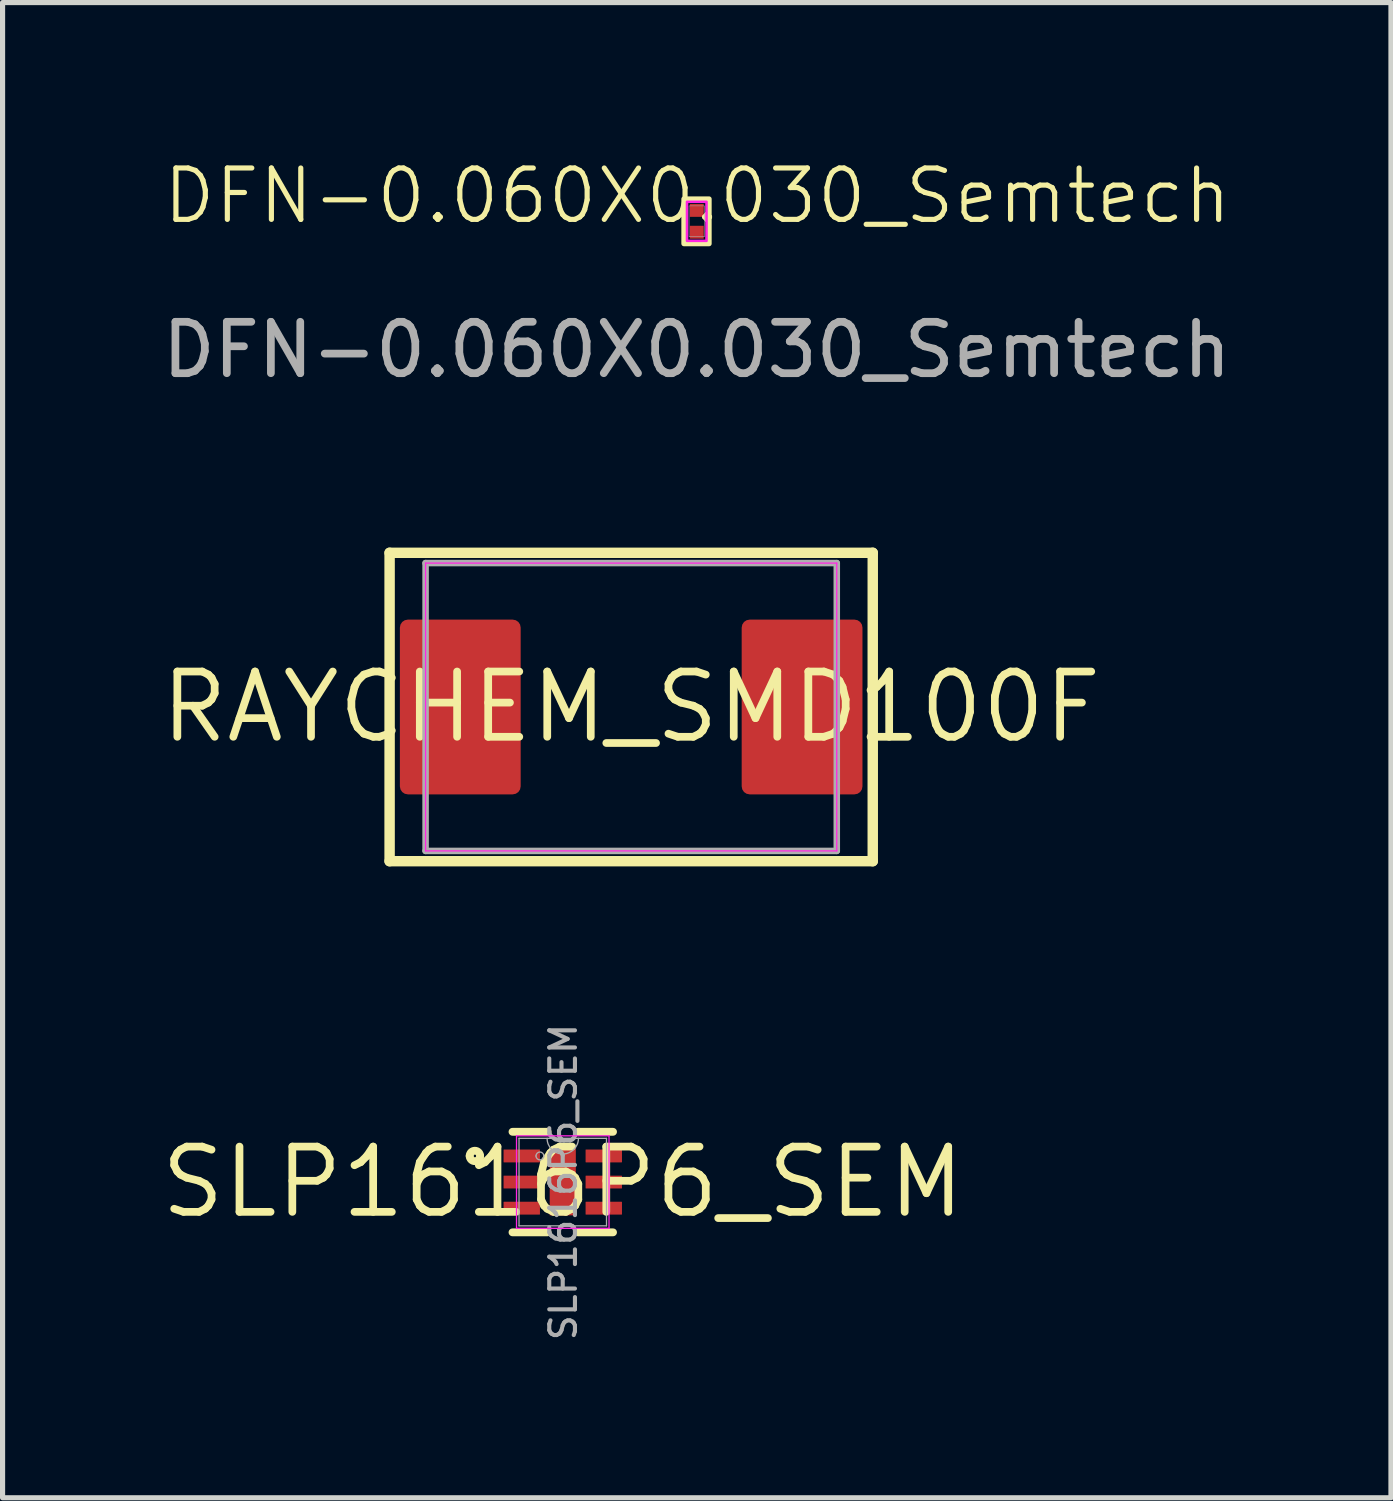
<source format=kicad_pcb>
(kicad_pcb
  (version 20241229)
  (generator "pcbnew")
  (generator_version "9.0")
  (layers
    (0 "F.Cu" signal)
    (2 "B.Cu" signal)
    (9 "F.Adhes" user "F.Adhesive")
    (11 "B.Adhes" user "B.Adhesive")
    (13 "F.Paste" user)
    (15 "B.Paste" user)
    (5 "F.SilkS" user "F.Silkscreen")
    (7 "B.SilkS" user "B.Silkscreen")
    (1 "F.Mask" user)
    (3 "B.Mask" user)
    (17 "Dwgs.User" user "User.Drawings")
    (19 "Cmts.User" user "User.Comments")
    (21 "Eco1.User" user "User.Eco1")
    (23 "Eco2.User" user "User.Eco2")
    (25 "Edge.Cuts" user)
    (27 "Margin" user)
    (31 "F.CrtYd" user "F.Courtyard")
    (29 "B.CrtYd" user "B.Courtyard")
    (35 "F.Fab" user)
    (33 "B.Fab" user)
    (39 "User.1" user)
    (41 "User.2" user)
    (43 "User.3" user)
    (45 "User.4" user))
  (footprint "RAYCHEM_SMD100F"
    (layer "F.Cu")
    (at 9.23 10.705)
    (property "Reference" "RAYCHEM_SMD100F" (at 0 0 0) (layer "F.SilkS") (effects (font (size 1.27 1.27) (thickness 0.15))))
    (fp_line (start -4.7 -3) (end -4.7 3) (stroke (width 0.203) (type solid)) (layer "F.SilkS"))
    (fp_line (start -4.7 3) (end 4.7 3) (stroke (width 0.203) (type solid)) (layer "F.SilkS"))
    (fp_line (start 4.7 -3) (end -4.7 -3) (stroke (width 0.203) (type solid)) (layer "F.SilkS"))
    (fp_line (start 4.7 3) (end 4.7 -3) (stroke (width 0.203) (type solid)) (layer "F.SilkS"))
    (fp_line (start -4 -2.8) (end -4 2.8) (stroke (width 0.025) (type solid)) (layer "F.CrtYd"))
    (fp_line (start -4 2.8) (end 4 2.8) (stroke (width 0.025) (type solid)) (layer "F.CrtYd"))
    (fp_line (start 4 -2.8) (end -4 -2.8) (stroke (width 0.025) (type solid)) (layer "F.CrtYd"))
    (fp_line (start 4 2.8) (end 4 -2.8) (stroke (width 0.025) (type solid)) (layer "F.CrtYd"))
    (fp_line (start -4 -2.8) (end -4 2.8) (stroke (width 0.127) (type solid)) (layer "F.Fab"))
    (fp_line (start -4 2.8) (end 4 2.8) (stroke (width 0.127) (type solid)) (layer "F.Fab"))
    (fp_line (start 4 -2.8) (end -4 -2.8) (stroke (width 0.127) (type solid)) (layer "F.Fab"))
    (fp_line (start 4 2.8) (end 4 -2.8) (stroke (width 0.127) (type solid)) (layer "F.Fab"))
    (pad "1" smd roundrect (at -3.325 0 90) (size 3.4 2.35) (layers "F.Cu" "F.Mask" "F.Paste") (roundrect_rratio 0.066))
    (pad "2" smd roundrect (at 3.325 0 90) (size 3.4 2.35) (layers "F.Cu" "F.Mask" "F.Paste") (roundrect_rratio 0.066)))
  (footprint "SLP1616P6_SEM"
    (layer "F.Cu")
    (at 7.899 19.948)
    (property "Reference" "SLP1616P6_SEM" (at 0 0 0) (layer "F.SilkS") (effects (font (size 1.27 1.27) (thickness 0.15))))
    (fp_line (start -0.978 0.978) (end -0.295 0.978) (stroke (width 0.152) (type solid)) (layer "F.SilkS"))
    (fp_line (start -0.295 -0.978) (end -0.978 -0.978) (stroke (width 0.152) (type solid)) (layer "F.SilkS"))
    (fp_line (start 0.295 0.978) (end 0.978 0.978) (stroke (width 0.152) (type solid)) (layer "F.SilkS"))
    (fp_line (start 0.978 -0.978) (end 0.295 -0.978) (stroke (width 0.152) (type solid)) (layer "F.SilkS"))
    (fp_arc (start -1.8113 -0.508) (mid -1.7097 -0.6096) (end -1.6081 -0.508) (stroke (width 0.1524) (type solid)) (layer "F.SilkS"))
    (fp_arc (start -1.6081 -0.508) (mid -1.7097 -0.4064) (end -1.8113 -0.508) (stroke (width 0.1524) (type solid)) (layer "F.SilkS"))
    (fp_line (start -0.9 -0.9) (end -0.9 0.9) (stroke (width 0.025) (type solid)) (layer "F.CrtYd"))
    (fp_line (start -0.9 0.9) (end 0.9 0.9) (stroke (width 0.025) (type solid)) (layer "F.CrtYd"))
    (fp_line (start 0.9 -0.9) (end -0.9 -0.9) (stroke (width 0.025) (type solid)) (layer "F.CrtYd"))
    (fp_line (start 0.9 0.9) (end 0.9 -0.9) (stroke (width 0.025) (type solid)) (layer "F.CrtYd"))
    (fp_line (start -0.851 -0.851) (end -0.851 0.851) (stroke (width 0.025) (type solid)) (layer "F.Fab"))
    (fp_line (start -0.851 0.851) (end 0.851 0.851) (stroke (width 0.025) (type solid)) (layer "F.Fab"))
    (fp_line (start 0.851 -0.851) (end -0.851 -0.851) (stroke (width 0.025) (type solid)) (layer "F.Fab"))
    (fp_line (start 0.851 0.851) (end 0.851 -0.851) (stroke (width 0.025) (type solid)) (layer "F.Fab"))
    (fp_arc (start -0.5207 -0.508) (mid -0.4445 -0.5842) (end -0.3683 -0.508) (stroke (width 0.0254) (type solid)) (layer "F.Fab"))
    (fp_arc (start -0.3683 -0.508) (mid -0.4445 -0.4318) (end -0.5207 -0.508) (stroke (width 0.0254) (type solid)) (layer "F.Fab"))
    (fp_arc (start 0.3048 -0.8509) (mid 0 -0.5461) (end -0.3048 -0.8509) (stroke (width 0.0254) (type solid)) (layer "F.Fab"))
    (fp_text user "${REFERENCE}" (at 0.01 0 90) (unlocked yes) (layer "F.Fab") (effects (font (size 0.5 0.5) (thickness 0.08))))
    (pad "1" smd roundrect (at -0.798 -0.508) (size 0.708 0.25) (layers "F.Cu" "F.Mask" "F.Paste") (roundrect_rratio 0.033))
    (pad "2" smd roundrect (at -0.798 0) (size 0.708 0.25) (layers "F.Cu" "F.Mask" "F.Paste") (roundrect_rratio 0.033))
    (pad "3" smd roundrect (at -0.798 0.508) (size 0.708 0.25) (layers "F.Cu" "F.Mask" "F.Paste") (roundrect_rratio 0.033))
    (pad "4" smd roundrect (at 0.798 0.508) (size 0.708 0.25) (layers "F.Cu" "F.Mask" "F.Paste") (roundrect_rratio 0.033))
    (pad "5" smd roundrect (at 0.798 0) (size 0.708 0.25) (layers "F.Cu" "F.Mask" "F.Paste") (roundrect_rratio 0.033))
    (pad "6" smd roundrect (at 0.798 -0.508) (size 0.708 0.25) (layers "F.Cu" "F.Mask" "F.Paste") (roundrect_rratio 0.033))
    (pad "7" smd rect (at 0 0 90) (size 1.295 0.508) (layers "F.Cu" "F.Mask" "F.Paste")))
  (footprint "DFN-0.060X0.030_Semtech"
    (layer "F.Cu")
    (at 10.506 1.256)
    (property "Reference" "DFN-0.060X0.030_Semtech" (at 0.01 -0.495 0) (unlocked yes) (layer "F.SilkS") (effects (font (size 1 1) (thickness 0.1))))
    (attr smd)
    (fp_rect (start -0.25 -0.435) (end 0.24 0.435) (stroke (width 0.1) (type default)) (fill no) (layer "F.SilkS"))
    (fp_poly (pts (xy -0.135 -0.275) (xy -0.13 -0.299) (xy -0.117 -0.319) (xy -0.096 -0.333) (xy -0.072 -0.338) (xy 0.072 -0.338) (xy 0.096 -0.333) (xy 0.117 -0.319) (xy 0.13 -0.299) (xy 0.135 -0.275) (xy 0.135 -0.15) (xy 0.13 -0.126) (xy 0.117 -0.106) (xy 0.096 -0.092) (xy 0.072 -0.087) (xy -0.072 -0.087) (xy -0.096 -0.092) (xy -0.117 -0.106) (xy -0.13 -0.126) (xy -0.135 -0.15)) (stroke (width 0) (type solid)) (fill yes) (layer "F.Paste"))
    (fp_poly (pts (xy -0.135 0.15) (xy -0.13 0.126) (xy -0.117 0.106) (xy -0.096 0.092) (xy -0.072 0.087) (xy 0.072 0.087) (xy 0.096 0.092) (xy 0.117 0.106) (xy 0.13 0.126) (xy 0.135 0.15) (xy 0.135 0.275) (xy 0.13 0.299) (xy 0.117 0.319) (xy 0.096 0.333) (xy 0.072 0.338) (xy -0.072 0.338) (xy -0.096 0.333) (xy -0.117 0.319) (xy -0.13 0.299) (xy -0.135 0.275)) (stroke (width 0) (type solid)) (fill yes) (layer "F.Paste"))
    (fp_rect (start -0.19 -0.38) (end 0.19 0.38) (stroke (width 0.05) (type default)) (fill no) (layer "F.CrtYd"))
    (fp_rect (start -0.15 -0.3) (end 0.15 0.3) (stroke (width 0.01) (type default)) (fill no) (layer "F.Fab"))
    (fp_text user "${REFERENCE}" (at 0 2.5 0) (unlocked yes) (layer "F.Fab") (effects (font (size 1 1) (thickness 0.15))))
    (pad "1" smd rect (at 0 -0.212) (size 0.27 0.25) (layers "F.Cu" "F.Mask"))
    (pad "2" smd rect (at 0 0.212) (size 0.27 0.25) (layers "F.Cu" "F.Mask")))
  (gr_rect
    (start -3 -3)
    (end 24.012 26.09)
    (stroke (width 0.1) (type default))
    (fill no)
    (layer "Edge.Cuts")))
</source>
